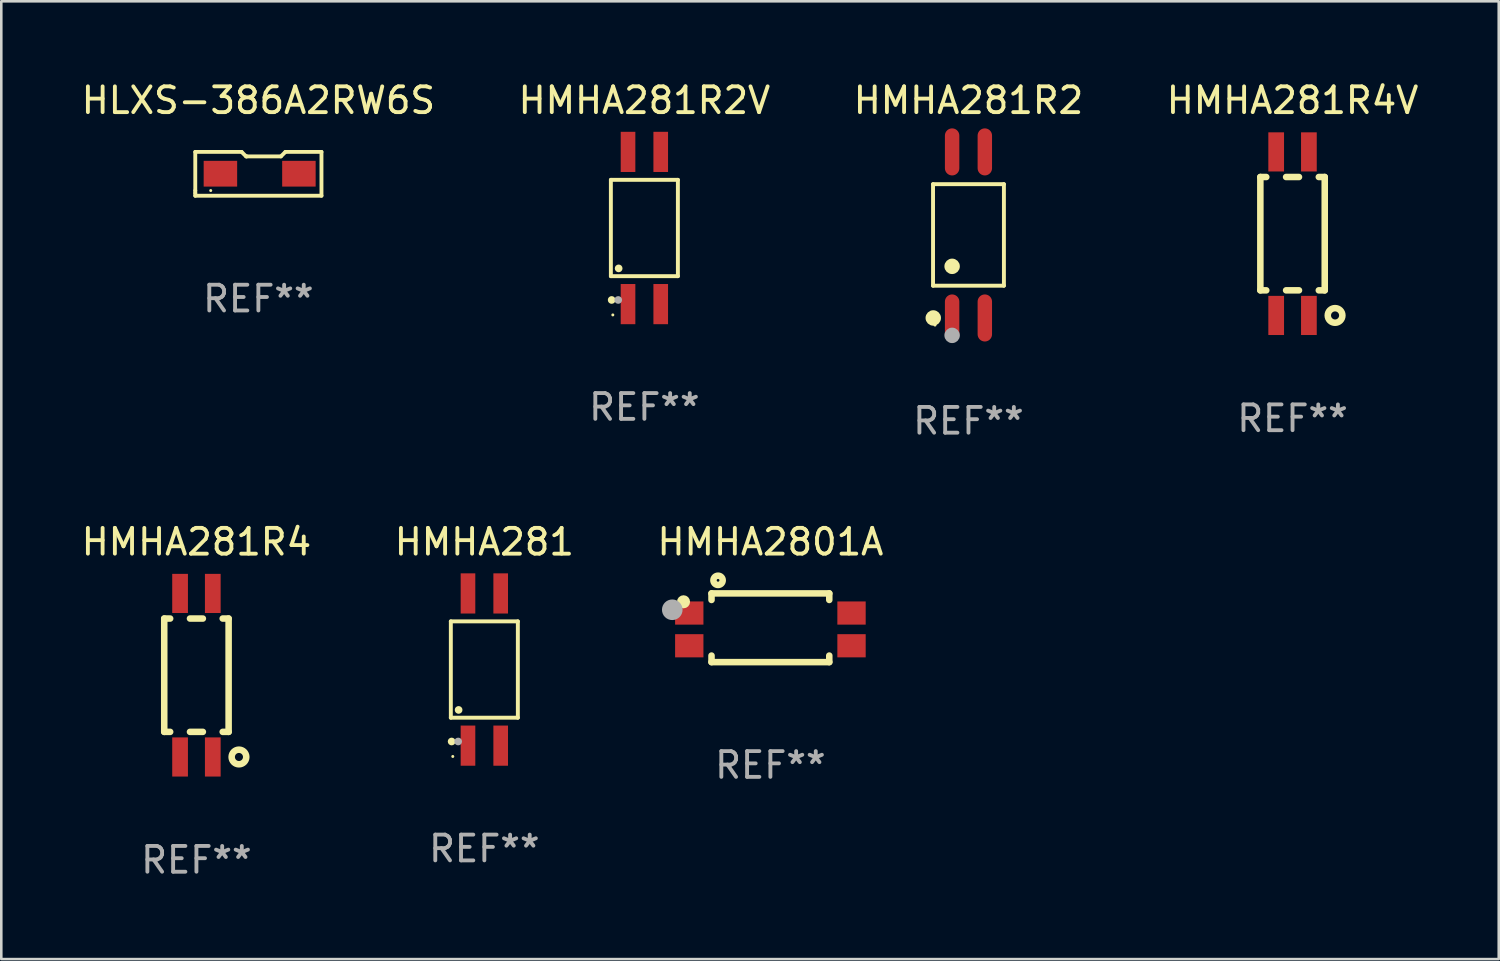
<source format=kicad_pcb>
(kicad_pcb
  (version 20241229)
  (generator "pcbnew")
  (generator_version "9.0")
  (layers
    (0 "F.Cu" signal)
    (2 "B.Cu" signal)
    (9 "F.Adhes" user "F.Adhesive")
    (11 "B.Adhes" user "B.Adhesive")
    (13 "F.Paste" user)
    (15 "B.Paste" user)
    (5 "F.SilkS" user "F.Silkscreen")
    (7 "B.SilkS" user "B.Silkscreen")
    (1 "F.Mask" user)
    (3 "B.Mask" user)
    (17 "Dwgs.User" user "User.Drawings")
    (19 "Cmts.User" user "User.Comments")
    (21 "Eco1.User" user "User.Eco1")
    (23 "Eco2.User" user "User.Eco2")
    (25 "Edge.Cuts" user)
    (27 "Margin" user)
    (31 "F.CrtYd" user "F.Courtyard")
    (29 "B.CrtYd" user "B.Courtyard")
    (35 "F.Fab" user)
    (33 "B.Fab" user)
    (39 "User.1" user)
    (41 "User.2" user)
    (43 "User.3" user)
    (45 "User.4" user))
  (footprint "HMHA281R2V"
    (layer "F.Cu")
    (at 21.97 5.803)
    (property "Reference" "HMHA281R2V" (at 0 -4.955 0) (layer "F.SilkS") (effects (font (size 1 1) (thickness 0.15))))
    (attr through_hole)
    (fp_line (start -1.301 -1.87) (end 1.301 -1.87) (stroke (width 0.152) (type solid)) (layer "F.SilkS"))
    (fp_line (start -1.301 1.87) (end -1.301 -1.87) (stroke (width 0.152) (type solid)) (layer "F.SilkS"))
    (fp_line (start 1.301 -1.87) (end 1.301 1.87) (stroke (width 0.152) (type solid)) (layer "F.SilkS"))
    (fp_line (start 1.301 1.87) (end -1.301 1.87) (stroke (width 0.152) (type solid)) (layer "F.SilkS"))
    (fp_circle (center -1.27 2.794) (end -1.195 2.794) (stroke (width 0.15) (type solid)) (fill no) (layer "F.SilkS"))
    (fp_circle (center -1.225 3.375) (end -1.195 3.375) (stroke (width 0.06) (type solid)) (fill no) (layer "F.SilkS"))
    (fp_circle (center -0.999 1.568) (end -0.924 1.568) (stroke (width 0.15) (type solid)) (fill no) (layer "F.SilkS"))
    (fp_circle (center -1.016 2.794) (end -0.941 2.794) (stroke (width 0.15) (type solid)) (fill no) (layer "F.Fab"))
    (fp_text user "REF**" (at 0 6.955 0) (layer "F.Fab") (effects (font (size 1 1) (thickness 0.15))))
    (pad "1" smd rect (at -0.635 2.955) (size 0.568 1.56) (layers "F.Cu" "F.Mask" "F.Paste"))
    (pad "2" smd rect (at 0.635 2.955) (size 0.568 1.56) (layers "F.Cu" "F.Mask" "F.Paste"))
    (pad "3" smd rect (at 0.635 -2.955) (size 0.568 1.56) (layers "F.Cu" "F.Mask" "F.Paste"))
    (pad "4" smd rect (at -0.635 -2.955) (size 0.568 1.56) (layers "F.Cu" "F.Mask" "F.Paste")))
  (footprint "HMHA281"
    (layer "F.Cu")
    (at 15.756 22.947)
    (property "Reference" "HMHA281" (at 0 -4.955 0) (layer "F.SilkS") (effects (font (size 1 1) (thickness 0.15))))
    (attr through_hole)
    (fp_line (start -1.301 -1.87) (end 1.301 -1.87) (stroke (width 0.152) (type solid)) (layer "F.SilkS"))
    (fp_line (start -1.301 1.87) (end -1.301 -1.87) (stroke (width 0.152) (type solid)) (layer "F.SilkS"))
    (fp_line (start 1.301 -1.87) (end 1.301 1.87) (stroke (width 0.152) (type solid)) (layer "F.SilkS"))
    (fp_line (start 1.301 1.87) (end -1.301 1.87) (stroke (width 0.152) (type solid)) (layer "F.SilkS"))
    (fp_circle (center -1.27 2.794) (end -1.195 2.794) (stroke (width 0.15) (type solid)) (fill no) (layer "F.SilkS"))
    (fp_circle (center -1.225 3.375) (end -1.195 3.375) (stroke (width 0.06) (type solid)) (fill no) (layer "F.SilkS"))
    (fp_circle (center -0.999 1.568) (end -0.924 1.568) (stroke (width 0.15) (type solid)) (fill no) (layer "F.SilkS"))
    (fp_circle (center -1.016 2.794) (end -0.941 2.794) (stroke (width 0.15) (type solid)) (fill no) (layer "F.Fab"))
    (fp_text user "REF**" (at 0 6.955 0) (layer "F.Fab") (effects (font (size 1 1) (thickness 0.15))))
    (pad "1" smd rect (at -0.635 2.955) (size 0.568 1.56) (layers "F.Cu" "F.Mask" "F.Paste"))
    (pad "2" smd rect (at 0.635 2.955) (size 0.568 1.56) (layers "F.Cu" "F.Mask" "F.Paste"))
    (pad "3" smd rect (at 0.635 -2.955) (size 0.568 1.56) (layers "F.Cu" "F.Mask" "F.Paste"))
    (pad "4" smd rect (at -0.635 -2.955) (size 0.568 1.56) (layers "F.Cu" "F.Mask" "F.Paste")))
  (footprint "HMHA281R2"
    (layer "F.Cu")
    (at 34.554 6.072)
    (property "Reference" "HMHA281R2" (at 0 -5.224 0) (layer "F.SilkS") (effects (font (size 1 1) (thickness 0.15))))
    (attr through_hole)
    (fp_line (start -1.376 -1.971) (end 1.376 -1.971) (stroke (width 0.152) (type solid)) (layer "F.SilkS"))
    (fp_line (start -1.376 1.971) (end -1.376 -1.971) (stroke (width 0.152) (type solid)) (layer "F.SilkS"))
    (fp_line (start 1.376 -1.971) (end 1.376 1.971) (stroke (width 0.152) (type solid)) (layer "F.SilkS"))
    (fp_line (start 1.376 1.971) (end -1.376 1.971) (stroke (width 0.152) (type solid)) (layer "F.SilkS"))
    (fp_circle (center -1.367 3.224) (end -1.217 3.224) (stroke (width 0.3) (type solid)) (fill no) (layer "F.SilkS"))
    (fp_circle (center -1.3 3.5) (end -1.27 3.5) (stroke (width 0.06) (type solid)) (fill no) (layer "F.SilkS"))
    (fp_circle (center -0.635 1.219) (end -0.485 1.219) (stroke (width 0.3) (type solid)) (fill no) (layer "F.SilkS"))
    (fp_circle (center -0.635 3.9) (end -0.485 3.9) (stroke (width 0.3) (type solid)) (fill no) (layer "F.Fab"))
    (fp_text user "REF**" (at 0 7.224 0) (layer "F.Fab") (effects (font (size 1 1) (thickness 0.15))))
    (pad "1" smd oval (at -0.635 3.224) (size 0.56 1.827) (layers "F.Cu" "F.Mask" "F.Paste"))
    (pad "2" smd oval (at 0.635 3.224) (size 0.56 1.827) (layers "F.Cu" "F.Mask" "F.Paste"))
    (pad "3" smd oval (at 0.635 -3.224) (size 0.56 1.827) (layers "F.Cu" "F.Mask" "F.Paste"))
    (pad "4" smd oval (at -0.635 -3.224) (size 0.56 1.827) (layers "F.Cu" "F.Mask" "F.Paste")))
  (footprint "HMHA281R4"
    (layer "F.Cu")
    (at 4.577 23.167)
    (property "Reference" "HMHA281R4" (at 0 -5.175 0) (layer "F.SilkS") (effects (font (size 1 1) (thickness 0.15))))
    (attr through_hole)
    (fp_line (start -1.25 -2.2) (end -1.25 2.2) (stroke (width 0.254) (type solid)) (layer "F.SilkS"))
    (fp_line (start -1.25 -2.2) (end -1.02 -2.2) (stroke (width 0.254) (type solid)) (layer "F.SilkS"))
    (fp_line (start -1.25 2.2) (end -1.02 2.2) (stroke (width 0.254) (type solid)) (layer "F.SilkS"))
    (fp_line (start -0.25 -2.2) (end 0.25 -2.2) (stroke (width 0.254) (type solid)) (layer "F.SilkS"))
    (fp_line (start -0.25 2.2) (end 0.25 2.2) (stroke (width 0.254) (type solid)) (layer "F.SilkS"))
    (fp_line (start 1.02 2.2) (end 1.25 2.2) (stroke (width 0.254) (type solid)) (layer "F.SilkS"))
    (fp_line (start 1.02 -2.2) (end 1.25 -2.2) (stroke (width 0.254) (type solid)) (layer "F.SilkS"))
    (fp_line (start 1.25 2.2) (end 1.25 -2.2) (stroke (width 0.254) (type solid)) (layer "F.SilkS"))
    (fp_circle (center 1.651 3.175) (end 1.935 3.175) (stroke (width 0.254) (type solid)) (fill no) (layer "F.SilkS"))
    (fp_text user "REF**" (at 0 7.175 0) (layer "F.Fab") (effects (font (size 1 1) (thickness 0.15))))
    (pad "1" smd rect (at 0.635 3.175 180) (size 0.61 1.52) (layers "F.Cu" "F.Mask" "F.Paste"))
    (pad "2" smd rect (at -0.635 3.175 180) (size 0.61 1.52) (layers "F.Cu" "F.Mask" "F.Paste"))
    (pad "3" smd rect (at -0.635 -3.175 180) (size 0.61 1.52) (layers "F.Cu" "F.Mask" "F.Paste"))
    (pad "4" smd rect (at 0.635 -3.175 180) (size 0.61 1.52) (layers "F.Cu" "F.Mask" "F.Paste")))
  (footprint "HMHA2801A"
    (layer "F.Cu")
    (at 26.863 21.325)
    (property "Reference" "HMHA2801A" (at 0 -3.334 0) (layer "F.SilkS") (effects (font (size 1 1) (thickness 0.15))))
    (attr through_hole)
    (fp_line (start -2.286 -1.334) (end 2.286 -1.334) (stroke (width 0.254) (type solid)) (layer "F.SilkS"))
    (fp_line (start -2.286 -1.08) (end -2.286 -1.334) (stroke (width 0.254) (type solid)) (layer "F.SilkS"))
    (fp_line (start -2.286 1.08) (end -2.286 1.334) (stroke (width 0.254) (type solid)) (layer "F.SilkS"))
    (fp_line (start -2.286 1.334) (end 2.286 1.334) (stroke (width 0.254) (type solid)) (layer "F.SilkS"))
    (fp_line (start 2.286 -1.334) (end 2.286 -1.08) (stroke (width 0.254) (type solid)) (layer "F.SilkS"))
    (fp_line (start 2.286 1.334) (end 2.286 1.08) (stroke (width 0.254) (type solid)) (layer "F.SilkS"))
    (fp_circle (center -3.373 -1.009) (end -3.246 -1.009) (stroke (width 0.254) (type solid)) (fill no) (layer "F.SilkS"))
    (fp_circle (center -2.032 -1.842) (end -1.852 -1.842) (stroke (width 0.254) (type solid)) (fill no) (layer "F.SilkS"))
    (fp_circle (center -3.81 -0.699) (end -3.61 -0.699) (stroke (width 0.4) (type solid)) (fill no) (layer "F.Fab"))
    (fp_text user "REF**" (at 0 5.334 0) (layer "F.Fab") (effects (font (size 1 1) (thickness 0.15))))
    (pad "1" smd rect (at -3.15 -0.572 180) (size 1.1 0.9) (layers "F.Cu" "F.Mask" "F.Paste"))
    (pad "2" smd rect (at -3.15 0.699 180) (size 1.1 0.9) (layers "F.Cu" "F.Mask" "F.Paste"))
    (pad "3" smd rect (at 3.15 0.699) (size 1.1 0.9) (layers "F.Cu" "F.Mask" "F.Paste"))
    (pad "4" smd rect (at 3.15 -0.572) (size 1.1 0.9) (layers "F.Cu" "F.Mask" "F.Paste")))
  (footprint "HMHA281R4V"
    (layer "F.Cu")
    (at 47.137 6.023)
    (property "Reference" "HMHA281R4V" (at 0 -5.175 0) (layer "F.SilkS") (effects (font (size 1 1) (thickness 0.15))))
    (attr through_hole)
    (fp_line (start -1.25 -2.2) (end -1.25 2.2) (stroke (width 0.254) (type solid)) (layer "F.SilkS"))
    (fp_line (start -1.25 -2.2) (end -1.02 -2.2) (stroke (width 0.254) (type solid)) (layer "F.SilkS"))
    (fp_line (start -1.25 2.2) (end -1.02 2.2) (stroke (width 0.254) (type solid)) (layer "F.SilkS"))
    (fp_line (start -0.25 -2.2) (end 0.25 -2.2) (stroke (width 0.254) (type solid)) (layer "F.SilkS"))
    (fp_line (start -0.25 2.2) (end 0.25 2.2) (stroke (width 0.254) (type solid)) (layer "F.SilkS"))
    (fp_line (start 1.02 2.2) (end 1.25 2.2) (stroke (width 0.254) (type solid)) (layer "F.SilkS"))
    (fp_line (start 1.02 -2.2) (end 1.25 -2.2) (stroke (width 0.254) (type solid)) (layer "F.SilkS"))
    (fp_line (start 1.25 2.2) (end 1.25 -2.2) (stroke (width 0.254) (type solid)) (layer "F.SilkS"))
    (fp_circle (center 1.651 3.175) (end 1.935 3.175) (stroke (width 0.254) (type solid)) (fill no) (layer "F.SilkS"))
    (fp_text user "REF**" (at 0 7.175 0) (layer "F.Fab") (effects (font (size 1 1) (thickness 0.15))))
    (pad "1" smd rect (at 0.635 3.175 180) (size 0.61 1.52) (layers "F.Cu" "F.Mask" "F.Paste"))
    (pad "2" smd rect (at -0.635 3.175 180) (size 0.61 1.52) (layers "F.Cu" "F.Mask" "F.Paste"))
    (pad "3" smd rect (at -0.635 -3.175 180) (size 0.61 1.52) (layers "F.Cu" "F.Mask" "F.Paste"))
    (pad "4" smd rect (at 0.635 -3.175 180) (size 0.61 1.52) (layers "F.Cu" "F.Mask" "F.Paste")))
  (footprint "HLXS-386A2RW6S"
    (layer "F.Cu")
    (at 6.982 3.699)
    (property "Reference" "HLXS-386A2RW6S" (at 0 -2.851 0) (layer "F.SilkS") (effects (font (size 1 1) (thickness 0.15))))
    (attr through_hole)
    (fp_line (start -2.45 -0.851) (end -2.45 0.65) (stroke (width 0.15) (type solid)) (layer "F.SilkS"))
    (fp_line (start -2.45 0.65) (end -2.45 0.749) (stroke (width 0.15) (type solid)) (layer "F.SilkS"))
    (fp_line (start -2.45 0.749) (end -2.45 0.851) (stroke (width 0.15) (type solid)) (layer "F.SilkS"))
    (fp_line (start -2.45 0.851) (end 2.45 0.851) (stroke (width 0.15) (type solid)) (layer "F.SilkS"))
    (fp_line (start -0.652 -0.851) (end -2.45 -0.851) (stroke (width 0.15) (type solid)) (layer "F.SilkS"))
    (fp_line (start -0.476 -0.676) (end -0.652 -0.851) (stroke (width 0.15) (type solid)) (layer "F.SilkS"))
    (fp_line (start -0.451 -0.676) (end -0.476 -0.676) (stroke (width 0.15) (type solid)) (layer "F.SilkS"))
    (fp_line (start 0.875 -0.676) (end -0.451 -0.676) (stroke (width 0.15) (type solid)) (layer "F.SilkS"))
    (fp_line (start 1.05 -0.851) (end 0.875 -0.676) (stroke (width 0.15) (type solid)) (layer "F.SilkS"))
    (fp_line (start 2.45 -0.851) (end 1.05 -0.851) (stroke (width 0.15) (type solid)) (layer "F.SilkS"))
    (fp_line (start 2.45 0.851) (end 2.45 -0.851) (stroke (width 0.15) (type solid)) (layer "F.SilkS"))
    (fp_circle (center -1.85 0.65) (end -1.82 0.65) (stroke (width 0.06) (type solid)) (fill no) (layer "F.SilkS"))
    (fp_text user "REF**" (at 0 4.851 0) (layer "F.Fab") (effects (font (size 1 1) (thickness 0.15))))
    (pad "1" smd rect (at -1.474 -0.004) (size 1.3 1) (layers "F.Cu" "F.Mask" "F.Paste"))
    (pad "2" smd rect (at 1.574 -0.004) (size 1.3 1) (layers "F.Cu" "F.Mask" "F.Paste")))
  (gr_rect
    (start -3 -3)
    (end 55.143 34.19)
    (stroke (width 0.1) (type default))
    (fill no)
    (layer "Edge.Cuts")))
</source>
